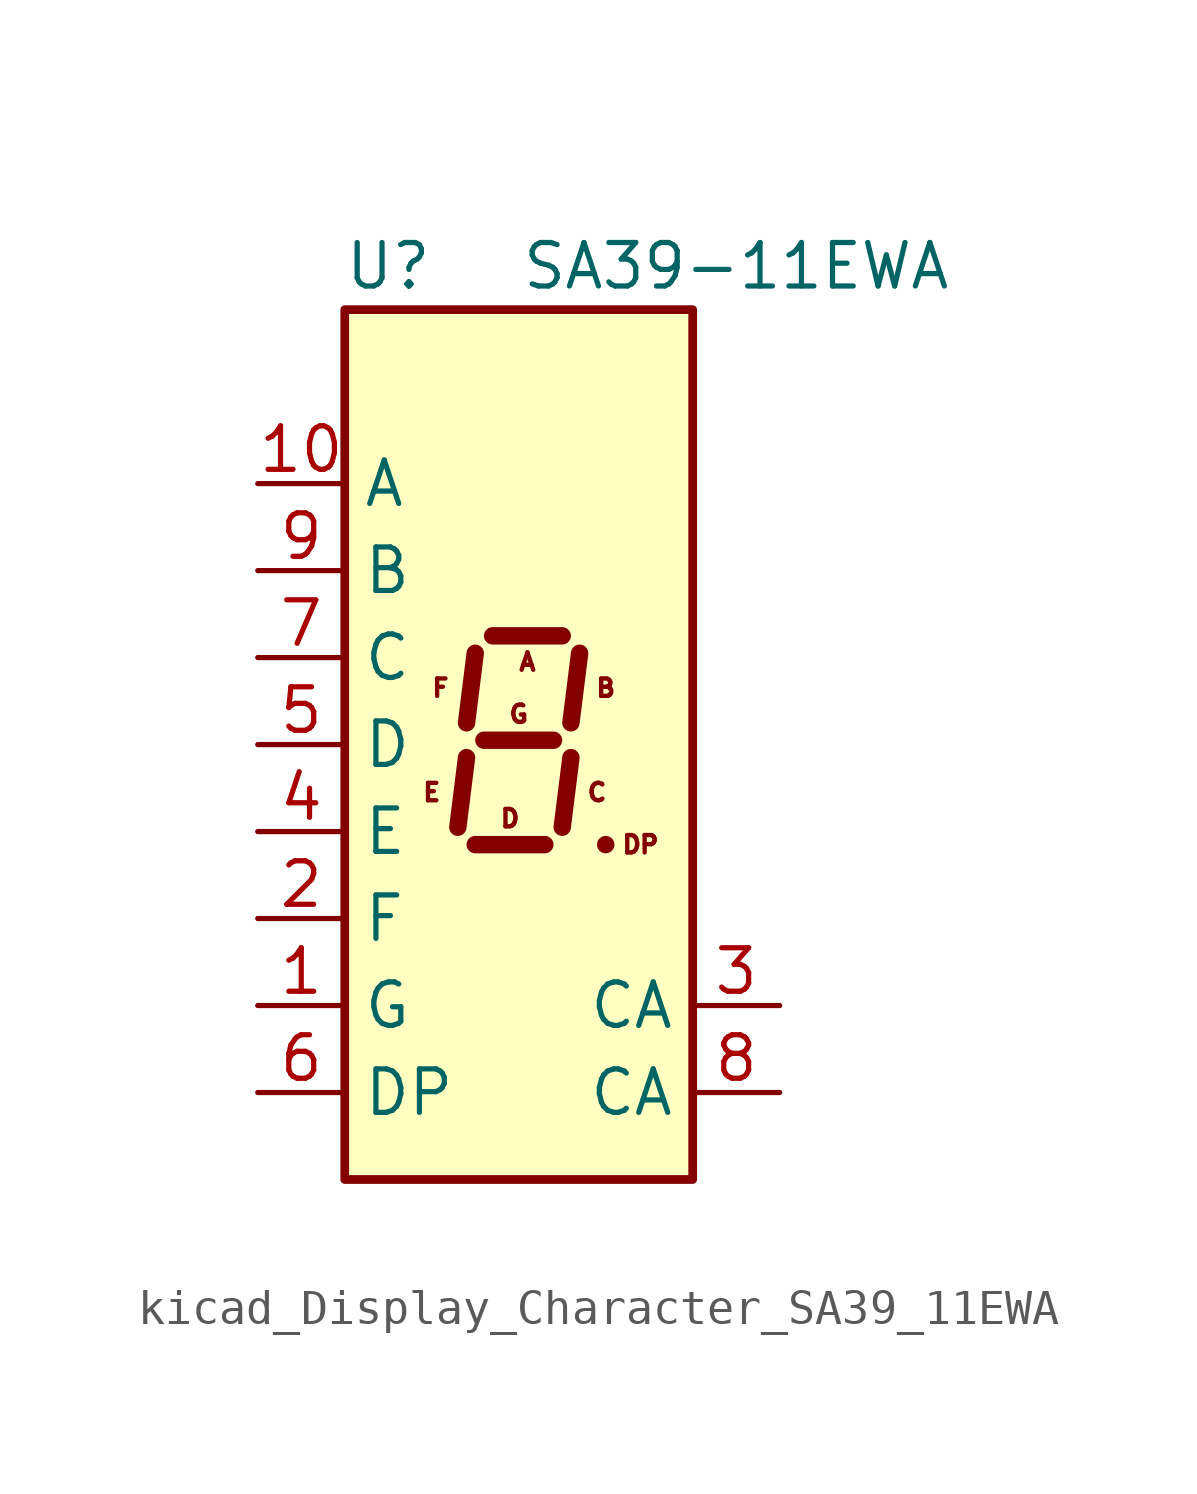
<source format=kicad_sym>
(kicad_symbol_lib
  (version 20220914)
  (generator kicad_symbol_editor)
  (symbol "kicad_Display_Character_SA39_11EWA"
    (property "Reference" "U"
      (at -3.81 13.97 0)
      (effects (font (size 1.27 1.27))))
    (property "Value" "SA39-11EWA"
      (at 6.35 13.97 0)
      (effects (font (size 1.27 1.27))))
    (symbol "kicad_Display_Character_SA39_11EWA_1_0"
      (text "A" (at 0.254 2.413 0) (effects (font (size 0.508 0.508))))
      (text "B" (at 2.54 1.651 0) (effects (font (size 0.508 0.508))))
      (text "C" (at 2.286 -1.397 0) (effects (font (size 0.508 0.508))))
      (text "D" (at -0.254 -2.159 0) (effects (font (size 0.508 0.508))))
      (text "DP" (at 3.556 -2.921 0) (effects (font (size 0.508 0.508))))
      (text "E" (at -2.54 -1.397 0) (effects (font (size 0.508 0.508))))
      (text "F" (at -2.286 1.651 0) (effects (font (size 0.508 0.508))))
      (text "G" (at 0 0.889 0) (effects (font (size 0.508 0.508)))))
    (symbol "kicad_Display_Character_SA39_11EWA_1_1"
      (rectangle (start -5.08 12.7) (end 5.08 -12.7) (stroke (width 0.254) (type default)) (fill (type background)))
      (polyline (pts (xy -1.524 -0.381) (xy -1.778 -2.413)) (stroke (width 0.508) (type default)) (fill (type none)))
      (polyline (pts (xy -1.27 -2.921) (xy 0.762 -2.921)) (stroke (width 0.508) (type default)) (fill (type none)))
      (polyline (pts (xy -1.27 2.667) (xy -1.524 0.635)) (stroke (width 0.508) (type default)) (fill (type none)))
      (polyline (pts (xy -1.016 0.127) (xy 1.016 0.127)) (stroke (width 0.508) (type default)) (fill (type none)))
      (polyline (pts (xy -0.762 3.175) (xy 1.27 3.175)) (stroke (width 0.508) (type default)) (fill (type none)))
      (polyline (pts (xy 1.524 -0.381) (xy 1.27 -2.413)) (stroke (width 0.508) (type default)) (fill (type none)))
      (polyline (pts (xy 1.778 2.667) (xy 1.524 0.635)) (stroke (width 0.508) (type default)) (fill (type none)))
      (polyline (pts (xy 2.54 -2.921) (xy 2.54 -2.921)) (stroke (width 0.508) (type default)) (fill (type none)))
      (pin input line (at -7.62 -7.62 0) (length 2.54) (name "G" (effects (font (size 1.27 1.27)))) (number "1" (effects (font (size 1.27 1.27)))))
      (pin input line (at -7.62 7.62 0) (length 2.54) (name "A" (effects (font (size 1.27 1.27)))) (number "10" (effects (font (size 1.27 1.27)))))
      (pin input line (at -7.62 -5.08 0) (length 2.54) (name "F" (effects (font (size 1.27 1.27)))) (number "2" (effects (font (size 1.27 1.27)))))
      (pin input line (at 7.62 -7.62 180) (length 2.54) (name "CA" (effects (font (size 1.27 1.27)))) (number "3" (effects (font (size 1.27 1.27)))))
      (pin input line (at -7.62 -2.54 0) (length 2.54) (name "E" (effects (font (size 1.27 1.27)))) (number "4" (effects (font (size 1.27 1.27)))))
      (pin input line (at -7.62 0 0) (length 2.54) (name "D" (effects (font (size 1.27 1.27)))) (number "5" (effects (font (size 1.27 1.27)))))
      (pin input line (at -7.62 -10.16 0) (length 2.54) (name "DP" (effects (font (size 1.27 1.27)))) (number "6" (effects (font (size 1.27 1.27)))))
      (pin input line (at -7.62 2.54 0) (length 2.54) (name "C" (effects (font (size 1.27 1.27)))) (number "7" (effects (font (size 1.27 1.27)))))
      (pin input line (at 7.62 -10.16 180) (length 2.54) (name "CA" (effects (font (size 1.27 1.27)))) (number "8" (effects (font (size 1.27 1.27)))))
      (pin input line (at -7.62 5.08 0) (length 2.54) (name "B" (effects (font (size 1.27 1.27)))) (number "9" (effects (font (size 1.27 1.27))))))))
</source>
